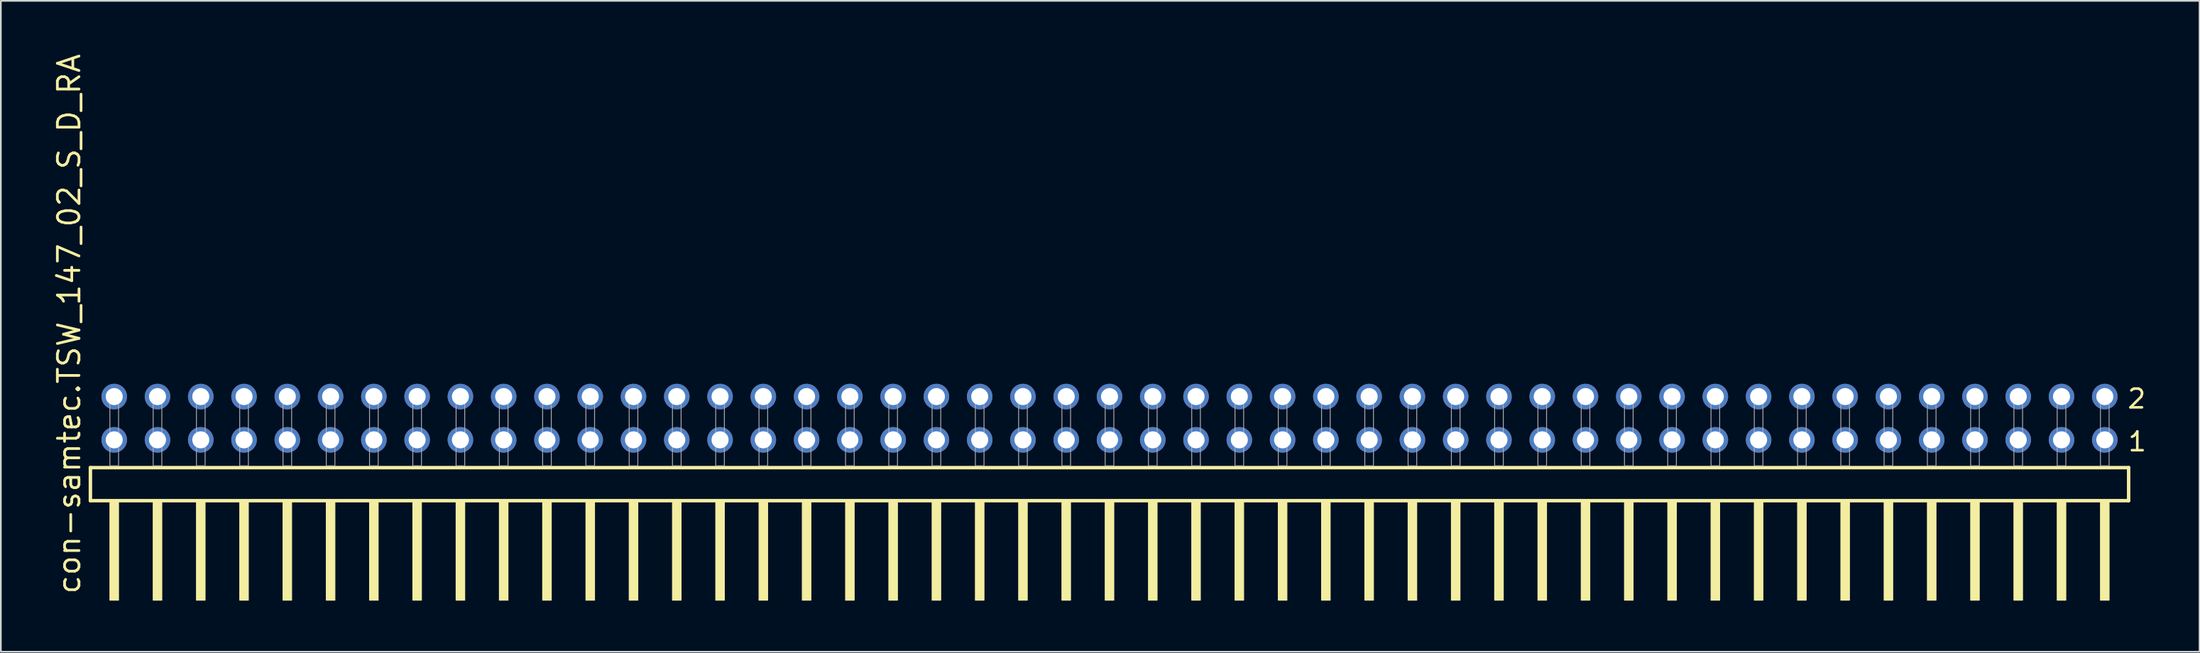
<source format=kicad_pcb>
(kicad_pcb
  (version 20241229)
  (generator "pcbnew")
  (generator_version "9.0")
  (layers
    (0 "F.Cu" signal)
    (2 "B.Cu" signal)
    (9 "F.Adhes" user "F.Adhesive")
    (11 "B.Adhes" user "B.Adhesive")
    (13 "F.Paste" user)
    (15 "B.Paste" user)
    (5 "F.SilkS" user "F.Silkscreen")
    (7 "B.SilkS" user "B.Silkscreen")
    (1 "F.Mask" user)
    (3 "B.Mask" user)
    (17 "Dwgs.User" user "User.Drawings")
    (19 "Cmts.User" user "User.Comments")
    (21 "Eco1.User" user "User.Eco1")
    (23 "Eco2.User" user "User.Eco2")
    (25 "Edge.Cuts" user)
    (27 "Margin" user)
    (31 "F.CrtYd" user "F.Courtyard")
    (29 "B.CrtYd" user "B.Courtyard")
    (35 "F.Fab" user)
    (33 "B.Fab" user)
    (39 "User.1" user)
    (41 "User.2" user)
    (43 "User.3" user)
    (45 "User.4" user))
  (footprint "con-samtec.TSW_147_02_S_D_RA"
    (layer "F.Cu")
    (at 62.075 24.296)
    (property "Reference" "con-samtec.TSW_147_02_S_D_RA" (at -60.325 7.62 90) (layer "F.SilkS") (effects (font (size 1.27 1.27) (thickness 0.16)) (justify left bottom)))
    (attr through_hole)
    (fp_line (start -59.819 0.106) (end -59.819 2.046) (stroke (width 0.203) (type default)) (layer "F.SilkS"))
    (fp_line (start -59.819 2.046) (end 59.819 2.046) (stroke (width 0.203) (type default)) (layer "F.SilkS"))
    (fp_line (start 59.819 0.106) (end -59.819 0.106) (stroke (width 0.203) (type default)) (layer "F.SilkS"))
    (fp_line (start 59.819 2.046) (end 59.819 0.106) (stroke (width 0.203) (type default)) (layer "F.SilkS"))
    (fp_rect (start -58.674 7.89) (end -58.166 2.04) (stroke (width 0.05) (type default)) (fill yes) (layer "F.SilkS"))
    (fp_rect (start -56.134 7.89) (end -55.626 2.04) (stroke (width 0.05) (type default)) (fill yes) (layer "F.SilkS"))
    (fp_rect (start -53.594 7.89) (end -53.086 2.04) (stroke (width 0.05) (type default)) (fill yes) (layer "F.SilkS"))
    (fp_rect (start -51.054 7.89) (end -50.546 2.04) (stroke (width 0.05) (type default)) (fill yes) (layer "F.SilkS"))
    (fp_rect (start -48.514 7.89) (end -48.006 2.04) (stroke (width 0.05) (type default)) (fill yes) (layer "F.SilkS"))
    (fp_rect (start -45.974 7.89) (end -45.466 2.04) (stroke (width 0.05) (type default)) (fill yes) (layer "F.SilkS"))
    (fp_rect (start -43.434 7.89) (end -42.926 2.04) (stroke (width 0.05) (type default)) (fill yes) (layer "F.SilkS"))
    (fp_rect (start -40.894 7.89) (end -40.386 2.04) (stroke (width 0.05) (type default)) (fill yes) (layer "F.SilkS"))
    (fp_rect (start -38.354 7.89) (end -37.846 2.04) (stroke (width 0.05) (type default)) (fill yes) (layer "F.SilkS"))
    (fp_rect (start -35.814 7.89) (end -35.306 2.04) (stroke (width 0.05) (type default)) (fill yes) (layer "F.SilkS"))
    (fp_rect (start -33.274 7.89) (end -32.766 2.04) (stroke (width 0.05) (type default)) (fill yes) (layer "F.SilkS"))
    (fp_rect (start -30.734 7.89) (end -30.226 2.04) (stroke (width 0.05) (type default)) (fill yes) (layer "F.SilkS"))
    (fp_rect (start -28.194 7.89) (end -27.686 2.04) (stroke (width 0.05) (type default)) (fill yes) (layer "F.SilkS"))
    (fp_rect (start -25.654 7.89) (end -25.146 2.04) (stroke (width 0.05) (type default)) (fill yes) (layer "F.SilkS"))
    (fp_rect (start -23.114 7.89) (end -22.606 2.04) (stroke (width 0.05) (type default)) (fill yes) (layer "F.SilkS"))
    (fp_rect (start -20.574 7.89) (end -20.066 2.04) (stroke (width 0.05) (type default)) (fill yes) (layer "F.SilkS"))
    (fp_rect (start -18.034 7.89) (end -17.526 2.04) (stroke (width 0.05) (type default)) (fill yes) (layer "F.SilkS"))
    (fp_rect (start -15.494 7.89) (end -14.986 2.04) (stroke (width 0.05) (type default)) (fill yes) (layer "F.SilkS"))
    (fp_rect (start -12.954 7.89) (end -12.446 2.04) (stroke (width 0.05) (type default)) (fill yes) (layer "F.SilkS"))
    (fp_rect (start -10.414 7.89) (end -9.906 2.04) (stroke (width 0.05) (type default)) (fill yes) (layer "F.SilkS"))
    (fp_rect (start -7.874 7.89) (end -7.366 2.04) (stroke (width 0.05) (type default)) (fill yes) (layer "F.SilkS"))
    (fp_rect (start -5.334 7.89) (end -4.826 2.04) (stroke (width 0.05) (type default)) (fill yes) (layer "F.SilkS"))
    (fp_rect (start -2.794 7.89) (end -2.286 2.04) (stroke (width 0.05) (type default)) (fill yes) (layer "F.SilkS"))
    (fp_rect (start -0.254 7.89) (end 0.254 2.04) (stroke (width 0.05) (type default)) (fill yes) (layer "F.SilkS"))
    (fp_rect (start 2.286 7.89) (end 2.794 2.04) (stroke (width 0.05) (type default)) (fill yes) (layer "F.SilkS"))
    (fp_rect (start 4.826 7.89) (end 5.334 2.04) (stroke (width 0.05) (type default)) (fill yes) (layer "F.SilkS"))
    (fp_rect (start 7.366 7.89) (end 7.874 2.04) (stroke (width 0.05) (type default)) (fill yes) (layer "F.SilkS"))
    (fp_rect (start 9.906 7.89) (end 10.414 2.04) (stroke (width 0.05) (type default)) (fill yes) (layer "F.SilkS"))
    (fp_rect (start 12.446 7.89) (end 12.954 2.04) (stroke (width 0.05) (type default)) (fill yes) (layer "F.SilkS"))
    (fp_rect (start 14.986 7.89) (end 15.494 2.04) (stroke (width 0.05) (type default)) (fill yes) (layer "F.SilkS"))
    (fp_rect (start 17.526 7.89) (end 18.034 2.04) (stroke (width 0.05) (type default)) (fill yes) (layer "F.SilkS"))
    (fp_rect (start 20.066 7.89) (end 20.574 2.04) (stroke (width 0.05) (type default)) (fill yes) (layer "F.SilkS"))
    (fp_rect (start 22.606 7.89) (end 23.114 2.04) (stroke (width 0.05) (type default)) (fill yes) (layer "F.SilkS"))
    (fp_rect (start 25.146 7.89) (end 25.654 2.04) (stroke (width 0.05) (type default)) (fill yes) (layer "F.SilkS"))
    (fp_rect (start 27.686 7.89) (end 28.194 2.04) (stroke (width 0.05) (type default)) (fill yes) (layer "F.SilkS"))
    (fp_rect (start 30.226 7.89) (end 30.734 2.04) (stroke (width 0.05) (type default)) (fill yes) (layer "F.SilkS"))
    (fp_rect (start 32.766 7.89) (end 33.274 2.04) (stroke (width 0.05) (type default)) (fill yes) (layer "F.SilkS"))
    (fp_rect (start 35.306 7.89) (end 35.814 2.04) (stroke (width 0.05) (type default)) (fill yes) (layer "F.SilkS"))
    (fp_rect (start 37.846 7.89) (end 38.354 2.04) (stroke (width 0.05) (type default)) (fill yes) (layer "F.SilkS"))
    (fp_rect (start 40.386 7.89) (end 40.894 2.04) (stroke (width 0.05) (type default)) (fill yes) (layer "F.SilkS"))
    (fp_rect (start 42.926 7.89) (end 43.434 2.04) (stroke (width 0.05) (type default)) (fill yes) (layer "F.SilkS"))
    (fp_rect (start 45.466 7.89) (end 45.974 2.04) (stroke (width 0.05) (type default)) (fill yes) (layer "F.SilkS"))
    (fp_rect (start 48.006 7.89) (end 48.514 2.04) (stroke (width 0.05) (type default)) (fill yes) (layer "F.SilkS"))
    (fp_rect (start 50.546 7.89) (end 51.054 2.04) (stroke (width 0.05) (type default)) (fill yes) (layer "F.SilkS"))
    (fp_rect (start 53.086 7.89) (end 53.594 2.04) (stroke (width 0.05) (type default)) (fill yes) (layer "F.SilkS"))
    (fp_rect (start 55.626 7.89) (end 56.134 2.04) (stroke (width 0.05) (type default)) (fill yes) (layer "F.SilkS"))
    (fp_rect (start 58.166 7.89) (end 58.674 2.04) (stroke (width 0.05) (type default)) (fill yes) (layer "F.SilkS"))
    (fp_rect (start -58.674 0) (end -58.166 -4.318) (stroke (width 0.05) (type default)) (fill no) (layer "F.Fab"))
    (fp_rect (start -56.134 0) (end -55.626 -4.318) (stroke (width 0.05) (type default)) (fill no) (layer "F.Fab"))
    (fp_rect (start -53.594 0) (end -53.086 -4.318) (stroke (width 0.05) (type default)) (fill no) (layer "F.Fab"))
    (fp_rect (start -51.054 0) (end -50.546 -4.318) (stroke (width 0.05) (type default)) (fill no) (layer "F.Fab"))
    (fp_rect (start -48.514 0) (end -48.006 -4.318) (stroke (width 0.05) (type default)) (fill no) (layer "F.Fab"))
    (fp_rect (start -45.974 0) (end -45.466 -4.318) (stroke (width 0.05) (type default)) (fill no) (layer "F.Fab"))
    (fp_rect (start -43.434 0) (end -42.926 -4.318) (stroke (width 0.05) (type default)) (fill no) (layer "F.Fab"))
    (fp_rect (start -40.894 0) (end -40.386 -4.318) (stroke (width 0.05) (type default)) (fill no) (layer "F.Fab"))
    (fp_rect (start -38.354 0) (end -37.846 -4.318) (stroke (width 0.05) (type default)) (fill no) (layer "F.Fab"))
    (fp_rect (start -35.814 0) (end -35.306 -4.318) (stroke (width 0.05) (type default)) (fill no) (layer "F.Fab"))
    (fp_rect (start -33.274 0) (end -32.766 -4.318) (stroke (width 0.05) (type default)) (fill no) (layer "F.Fab"))
    (fp_rect (start -30.734 0) (end -30.226 -4.318) (stroke (width 0.05) (type default)) (fill no) (layer "F.Fab"))
    (fp_rect (start -28.194 0) (end -27.686 -4.318) (stroke (width 0.05) (type default)) (fill no) (layer "F.Fab"))
    (fp_rect (start -25.654 0) (end -25.146 -4.318) (stroke (width 0.05) (type default)) (fill no) (layer "F.Fab"))
    (fp_rect (start -23.114 0) (end -22.606 -4.318) (stroke (width 0.05) (type default)) (fill no) (layer "F.Fab"))
    (fp_rect (start -20.574 0) (end -20.066 -4.318) (stroke (width 0.05) (type default)) (fill no) (layer "F.Fab"))
    (fp_rect (start -18.034 0) (end -17.526 -4.318) (stroke (width 0.05) (type default)) (fill no) (layer "F.Fab"))
    (fp_rect (start -15.494 0) (end -14.986 -4.318) (stroke (width 0.05) (type default)) (fill no) (layer "F.Fab"))
    (fp_rect (start -12.954 0) (end -12.446 -4.318) (stroke (width 0.05) (type default)) (fill no) (layer "F.Fab"))
    (fp_rect (start -10.414 0) (end -9.906 -4.318) (stroke (width 0.05) (type default)) (fill no) (layer "F.Fab"))
    (fp_rect (start -7.874 0) (end -7.366 -4.318) (stroke (width 0.05) (type default)) (fill no) (layer "F.Fab"))
    (fp_rect (start -5.334 0) (end -4.826 -4.318) (stroke (width 0.05) (type default)) (fill no) (layer "F.Fab"))
    (fp_rect (start -2.794 0) (end -2.286 -4.318) (stroke (width 0.05) (type default)) (fill no) (layer "F.Fab"))
    (fp_rect (start -0.254 0) (end 0.254 -4.318) (stroke (width 0.05) (type default)) (fill no) (layer "F.Fab"))
    (fp_rect (start 2.286 0) (end 2.794 -4.318) (stroke (width 0.05) (type default)) (fill no) (layer "F.Fab"))
    (fp_rect (start 4.826 0) (end 5.334 -4.318) (stroke (width 0.05) (type default)) (fill no) (layer "F.Fab"))
    (fp_rect (start 7.366 0) (end 7.874 -4.318) (stroke (width 0.05) (type default)) (fill no) (layer "F.Fab"))
    (fp_rect (start 9.906 0) (end 10.414 -4.318) (stroke (width 0.05) (type default)) (fill no) (layer "F.Fab"))
    (fp_rect (start 12.446 0) (end 12.954 -4.318) (stroke (width 0.05) (type default)) (fill no) (layer "F.Fab"))
    (fp_rect (start 14.986 0) (end 15.494 -4.318) (stroke (width 0.05) (type default)) (fill no) (layer "F.Fab"))
    (fp_rect (start 17.526 0) (end 18.034 -4.318) (stroke (width 0.05) (type default)) (fill no) (layer "F.Fab"))
    (fp_rect (start 20.066 0) (end 20.574 -4.318) (stroke (width 0.05) (type default)) (fill no) (layer "F.Fab"))
    (fp_rect (start 22.606 0) (end 23.114 -4.318) (stroke (width 0.05) (type default)) (fill no) (layer "F.Fab"))
    (fp_rect (start 25.146 0) (end 25.654 -4.318) (stroke (width 0.05) (type default)) (fill no) (layer "F.Fab"))
    (fp_rect (start 27.686 0) (end 28.194 -4.318) (stroke (width 0.05) (type default)) (fill no) (layer "F.Fab"))
    (fp_rect (start 30.226 0) (end 30.734 -4.318) (stroke (width 0.05) (type default)) (fill no) (layer "F.Fab"))
    (fp_rect (start 32.766 0) (end 33.274 -4.318) (stroke (width 0.05) (type default)) (fill no) (layer "F.Fab"))
    (fp_rect (start 35.306 0) (end 35.814 -4.318) (stroke (width 0.05) (type default)) (fill no) (layer "F.Fab"))
    (fp_rect (start 37.846 0) (end 38.354 -4.318) (stroke (width 0.05) (type default)) (fill no) (layer "F.Fab"))
    (fp_rect (start 40.386 0) (end 40.894 -4.318) (stroke (width 0.05) (type default)) (fill no) (layer "F.Fab"))
    (fp_rect (start 42.926 0) (end 43.434 -4.318) (stroke (width 0.05) (type default)) (fill no) (layer "F.Fab"))
    (fp_rect (start 45.466 0) (end 45.974 -4.318) (stroke (width 0.05) (type default)) (fill no) (layer "F.Fab"))
    (fp_rect (start 48.006 0) (end 48.514 -4.318) (stroke (width 0.05) (type default)) (fill no) (layer "F.Fab"))
    (fp_rect (start 50.546 0) (end 51.054 -4.318) (stroke (width 0.05) (type default)) (fill no) (layer "F.Fab"))
    (fp_rect (start 53.086 0) (end 53.594 -4.318) (stroke (width 0.05) (type default)) (fill no) (layer "F.Fab"))
    (fp_rect (start 55.626 0) (end 56.134 -4.318) (stroke (width 0.05) (type default)) (fill no) (layer "F.Fab"))
    (fp_rect (start 58.166 0) (end 58.674 -4.318) (stroke (width 0.05) (type default)) (fill no) (layer "F.Fab"))
    (fp_text user "1" (at 59.705 -0.775 0) (layer "F.SilkS") (effects (font (size 1.1 1.1) (thickness 0.15)) (justify left bottom)))
    (fp_text user "2" (at 59.67 -3.29 0) (layer "F.SilkS") (effects (font (size 1.1 1.1) (thickness 0.15)) (justify left bottom)))
    (pad "1" thru_hole circle (at 58.42 -1.524 180) (size 1.5 1.5) (drill 1) (layers "*.Cu" "*.Mask"))
    (pad "2" thru_hole circle (at 58.42 -4.064 180) (size 1.5 1.5) (drill 1) (layers "*.Cu" "*.Mask"))
    (pad "3" thru_hole circle (at 55.88 -1.524 180) (size 1.5 1.5) (drill 1) (layers "*.Cu" "*.Mask"))
    (pad "4" thru_hole circle (at 55.88 -4.064 180) (size 1.5 1.5) (drill 1) (layers "*.Cu" "*.Mask"))
    (pad "5" thru_hole circle (at 53.34 -1.524 180) (size 1.5 1.5) (drill 1) (layers "*.Cu" "*.Mask"))
    (pad "6" thru_hole circle (at 53.34 -4.064 180) (size 1.5 1.5) (drill 1) (layers "*.Cu" "*.Mask"))
    (pad "7" thru_hole circle (at 50.8 -1.524 180) (size 1.5 1.5) (drill 1) (layers "*.Cu" "*.Mask"))
    (pad "8" thru_hole circle (at 50.8 -4.064 180) (size 1.5 1.5) (drill 1) (layers "*.Cu" "*.Mask"))
    (pad "9" thru_hole circle (at 48.26 -1.524 180) (size 1.5 1.5) (drill 1) (layers "*.Cu" "*.Mask"))
    (pad "10" thru_hole circle (at 48.26 -4.064 180) (size 1.5 1.5) (drill 1) (layers "*.Cu" "*.Mask"))
    (pad "11" thru_hole circle (at 45.72 -1.524 180) (size 1.5 1.5) (drill 1) (layers "*.Cu" "*.Mask"))
    (pad "12" thru_hole circle (at 45.72 -4.064 180) (size 1.5 1.5) (drill 1) (layers "*.Cu" "*.Mask"))
    (pad "13" thru_hole circle (at 43.18 -1.524 180) (size 1.5 1.5) (drill 1) (layers "*.Cu" "*.Mask"))
    (pad "14" thru_hole circle (at 43.18 -4.064 180) (size 1.5 1.5) (drill 1) (layers "*.Cu" "*.Mask"))
    (pad "15" thru_hole circle (at 40.64 -1.524 180) (size 1.5 1.5) (drill 1) (layers "*.Cu" "*.Mask"))
    (pad "16" thru_hole circle (at 40.64 -4.064 180) (size 1.5 1.5) (drill 1) (layers "*.Cu" "*.Mask"))
    (pad "17" thru_hole circle (at 38.1 -1.524 180) (size 1.5 1.5) (drill 1) (layers "*.Cu" "*.Mask"))
    (pad "18" thru_hole circle (at 38.1 -4.064 180) (size 1.5 1.5) (drill 1) (layers "*.Cu" "*.Mask"))
    (pad "19" thru_hole circle (at 35.56 -1.524 180) (size 1.5 1.5) (drill 1) (layers "*.Cu" "*.Mask"))
    (pad "20" thru_hole circle (at 35.56 -4.064 180) (size 1.5 1.5) (drill 1) (layers "*.Cu" "*.Mask"))
    (pad "21" thru_hole circle (at 33.02 -1.524 180) (size 1.5 1.5) (drill 1) (layers "*.Cu" "*.Mask"))
    (pad "22" thru_hole circle (at 33.02 -4.064 180) (size 1.5 1.5) (drill 1) (layers "*.Cu" "*.Mask"))
    (pad "23" thru_hole circle (at 30.48 -1.524 180) (size 1.5 1.5) (drill 1) (layers "*.Cu" "*.Mask"))
    (pad "24" thru_hole circle (at 30.48 -4.064 180) (size 1.5 1.5) (drill 1) (layers "*.Cu" "*.Mask"))
    (pad "25" thru_hole circle (at 27.94 -1.524 180) (size 1.5 1.5) (drill 1) (layers "*.Cu" "*.Mask"))
    (pad "26" thru_hole circle (at 27.94 -4.064 180) (size 1.5 1.5) (drill 1) (layers "*.Cu" "*.Mask"))
    (pad "27" thru_hole circle (at 25.4 -1.524 180) (size 1.5 1.5) (drill 1) (layers "*.Cu" "*.Mask"))
    (pad "28" thru_hole circle (at 25.4 -4.064 180) (size 1.5 1.5) (drill 1) (layers "*.Cu" "*.Mask"))
    (pad "29" thru_hole circle (at 22.86 -1.524 180) (size 1.5 1.5) (drill 1) (layers "*.Cu" "*.Mask"))
    (pad "30" thru_hole circle (at 22.86 -4.064 180) (size 1.5 1.5) (drill 1) (layers "*.Cu" "*.Mask"))
    (pad "31" thru_hole circle (at 20.32 -1.524 180) (size 1.5 1.5) (drill 1) (layers "*.Cu" "*.Mask"))
    (pad "32" thru_hole circle (at 20.32 -4.064 180) (size 1.5 1.5) (drill 1) (layers "*.Cu" "*.Mask"))
    (pad "33" thru_hole circle (at 17.78 -1.524 180) (size 1.5 1.5) (drill 1) (layers "*.Cu" "*.Mask"))
    (pad "34" thru_hole circle (at 17.78 -4.064 180) (size 1.5 1.5) (drill 1) (layers "*.Cu" "*.Mask"))
    (pad "35" thru_hole circle (at 15.24 -1.524 180) (size 1.5 1.5) (drill 1) (layers "*.Cu" "*.Mask"))
    (pad "36" thru_hole circle (at 15.24 -4.064 180) (size 1.5 1.5) (drill 1) (layers "*.Cu" "*.Mask"))
    (pad "37" thru_hole circle (at 12.7 -1.524 180) (size 1.5 1.5) (drill 1) (layers "*.Cu" "*.Mask"))
    (pad "38" thru_hole circle (at 12.7 -4.064 180) (size 1.5 1.5) (drill 1) (layers "*.Cu" "*.Mask"))
    (pad "39" thru_hole circle (at 10.16 -1.524 180) (size 1.5 1.5) (drill 1) (layers "*.Cu" "*.Mask"))
    (pad "40" thru_hole circle (at 10.16 -4.064 180) (size 1.5 1.5) (drill 1) (layers "*.Cu" "*.Mask"))
    (pad "41" thru_hole circle (at 7.62 -1.524 180) (size 1.5 1.5) (drill 1) (layers "*.Cu" "*.Mask"))
    (pad "42" thru_hole circle (at 7.62 -4.064 180) (size 1.5 1.5) (drill 1) (layers "*.Cu" "*.Mask"))
    (pad "43" thru_hole circle (at 5.08 -1.524 180) (size 1.5 1.5) (drill 1) (layers "*.Cu" "*.Mask"))
    (pad "44" thru_hole circle (at 5.08 -4.064 180) (size 1.5 1.5) (drill 1) (layers "*.Cu" "*.Mask"))
    (pad "45" thru_hole circle (at 2.54 -1.524 180) (size 1.5 1.5) (drill 1) (layers "*.Cu" "*.Mask"))
    (pad "46" thru_hole circle (at 2.54 -4.064 180) (size 1.5 1.5) (drill 1) (layers "*.Cu" "*.Mask"))
    (pad "47" thru_hole circle (at 0 -1.524 180) (size 1.5 1.5) (drill 1) (layers "*.Cu" "*.Mask"))
    (pad "48" thru_hole circle (at 0 -4.064 180) (size 1.5 1.5) (drill 1) (layers "*.Cu" "*.Mask"))
    (pad "49" thru_hole circle (at -2.54 -1.524 180) (size 1.5 1.5) (drill 1) (layers "*.Cu" "*.Mask"))
    (pad "50" thru_hole circle (at -2.54 -4.064 180) (size 1.5 1.5) (drill 1) (layers "*.Cu" "*.Mask"))
    (pad "51" thru_hole circle (at -5.08 -1.524 180) (size 1.5 1.5) (drill 1) (layers "*.Cu" "*.Mask"))
    (pad "52" thru_hole circle (at -5.08 -4.064 180) (size 1.5 1.5) (drill 1) (layers "*.Cu" "*.Mask"))
    (pad "53" thru_hole circle (at -7.62 -1.524 180) (size 1.5 1.5) (drill 1) (layers "*.Cu" "*.Mask"))
    (pad "54" thru_hole circle (at -7.62 -4.064 180) (size 1.5 1.5) (drill 1) (layers "*.Cu" "*.Mask"))
    (pad "55" thru_hole circle (at -10.16 -1.524 180) (size 1.5 1.5) (drill 1) (layers "*.Cu" "*.Mask"))
    (pad "56" thru_hole circle (at -10.16 -4.064 180) (size 1.5 1.5) (drill 1) (layers "*.Cu" "*.Mask"))
    (pad "57" thru_hole circle (at -12.7 -1.524 180) (size 1.5 1.5) (drill 1) (layers "*.Cu" "*.Mask"))
    (pad "58" thru_hole circle (at -12.7 -4.064 180) (size 1.5 1.5) (drill 1) (layers "*.Cu" "*.Mask"))
    (pad "59" thru_hole circle (at -15.24 -1.524 180) (size 1.5 1.5) (drill 1) (layers "*.Cu" "*.Mask"))
    (pad "60" thru_hole circle (at -15.24 -4.064 180) (size 1.5 1.5) (drill 1) (layers "*.Cu" "*.Mask"))
    (pad "61" thru_hole circle (at -17.78 -1.524 180) (size 1.5 1.5) (drill 1) (layers "*.Cu" "*.Mask"))
    (pad "62" thru_hole circle (at -17.78 -4.064 180) (size 1.5 1.5) (drill 1) (layers "*.Cu" "*.Mask"))
    (pad "63" thru_hole circle (at -20.32 -1.524 180) (size 1.5 1.5) (drill 1) (layers "*.Cu" "*.Mask"))
    (pad "64" thru_hole circle (at -20.32 -4.064 180) (size 1.5 1.5) (drill 1) (layers "*.Cu" "*.Mask"))
    (pad "65" thru_hole circle (at -22.86 -1.524 180) (size 1.5 1.5) (drill 1) (layers "*.Cu" "*.Mask"))
    (pad "66" thru_hole circle (at -22.86 -4.064 180) (size 1.5 1.5) (drill 1) (layers "*.Cu" "*.Mask"))
    (pad "67" thru_hole circle (at -25.4 -1.524 180) (size 1.5 1.5) (drill 1) (layers "*.Cu" "*.Mask"))
    (pad "68" thru_hole circle (at -25.4 -4.064 180) (size 1.5 1.5) (drill 1) (layers "*.Cu" "*.Mask"))
    (pad "69" thru_hole circle (at -27.94 -1.524 180) (size 1.5 1.5) (drill 1) (layers "*.Cu" "*.Mask"))
    (pad "70" thru_hole circle (at -27.94 -4.064 180) (size 1.5 1.5) (drill 1) (layers "*.Cu" "*.Mask"))
    (pad "71" thru_hole circle (at -30.48 -1.524 180) (size 1.5 1.5) (drill 1) (layers "*.Cu" "*.Mask"))
    (pad "72" thru_hole circle (at -30.48 -4.064 180) (size 1.5 1.5) (drill 1) (layers "*.Cu" "*.Mask"))
    (pad "73" thru_hole circle (at -33.02 -1.524 180) (size 1.5 1.5) (drill 1) (layers "*.Cu" "*.Mask"))
    (pad "74" thru_hole circle (at -33.02 -4.064 180) (size 1.5 1.5) (drill 1) (layers "*.Cu" "*.Mask"))
    (pad "75" thru_hole circle (at -35.56 -1.524 180) (size 1.5 1.5) (drill 1) (layers "*.Cu" "*.Mask"))
    (pad "76" thru_hole circle (at -35.56 -4.064 180) (size 1.5 1.5) (drill 1) (layers "*.Cu" "*.Mask"))
    (pad "77" thru_hole circle (at -38.1 -1.524 180) (size 1.5 1.5) (drill 1) (layers "*.Cu" "*.Mask"))
    (pad "78" thru_hole circle (at -38.1 -4.064 180) (size 1.5 1.5) (drill 1) (layers "*.Cu" "*.Mask"))
    (pad "79" thru_hole circle (at -40.64 -1.524 180) (size 1.5 1.5) (drill 1) (layers "*.Cu" "*.Mask"))
    (pad "80" thru_hole circle (at -40.64 -4.064 180) (size 1.5 1.5) (drill 1) (layers "*.Cu" "*.Mask"))
    (pad "81" thru_hole circle (at -43.18 -1.524 180) (size 1.5 1.5) (drill 1) (layers "*.Cu" "*.Mask"))
    (pad "82" thru_hole circle (at -43.18 -4.064 180) (size 1.5 1.5) (drill 1) (layers "*.Cu" "*.Mask"))
    (pad "83" thru_hole circle (at -45.72 -1.524 180) (size 1.5 1.5) (drill 1) (layers "*.Cu" "*.Mask"))
    (pad "84" thru_hole circle (at -45.72 -4.064 180) (size 1.5 1.5) (drill 1) (layers "*.Cu" "*.Mask"))
    (pad "85" thru_hole circle (at -48.26 -1.524 180) (size 1.5 1.5) (drill 1) (layers "*.Cu" "*.Mask"))
    (pad "86" thru_hole circle (at -48.26 -4.064 180) (size 1.5 1.5) (drill 1) (layers "*.Cu" "*.Mask"))
    (pad "87" thru_hole circle (at -50.8 -1.524 180) (size 1.5 1.5) (drill 1) (layers "*.Cu" "*.Mask"))
    (pad "88" thru_hole circle (at -50.8 -4.064 180) (size 1.5 1.5) (drill 1) (layers "*.Cu" "*.Mask"))
    (pad "89" thru_hole circle (at -53.34 -1.524 180) (size 1.5 1.5) (drill 1) (layers "*.Cu" "*.Mask"))
    (pad "90" thru_hole circle (at -53.34 -4.064 180) (size 1.5 1.5) (drill 1) (layers "*.Cu" "*.Mask"))
    (pad "91" thru_hole circle (at -55.88 -1.524 180) (size 1.5 1.5) (drill 1) (layers "*.Cu" "*.Mask"))
    (pad "92" thru_hole circle (at -55.88 -4.064 180) (size 1.5 1.5) (drill 1) (layers "*.Cu" "*.Mask"))
    (pad "93" thru_hole circle (at -58.42 -1.524 180) (size 1.5 1.5) (drill 1) (layers "*.Cu" "*.Mask"))
    (pad "94" thru_hole circle (at -58.42 -4.064 180) (size 1.5 1.5) (drill 1) (layers "*.Cu" "*.Mask")))
  (gr_rect
    (start -3 -3)
    (end 126.058 35.211)
    (stroke (width 0.1) (type default))
    (fill no)
    (layer "Edge.Cuts")))
</source>
